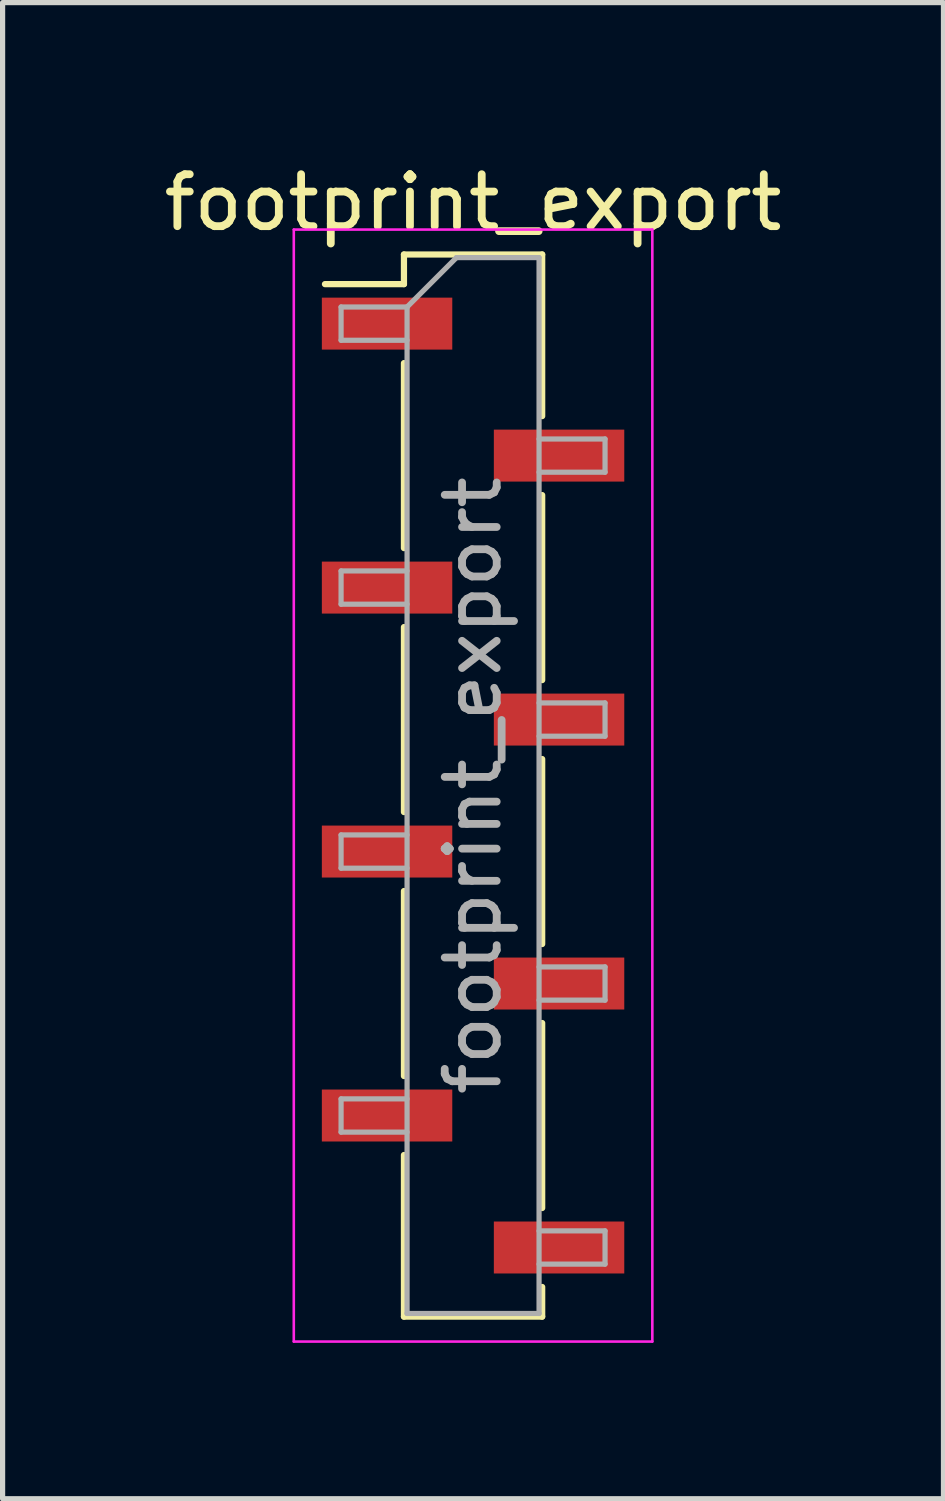
<source format=kicad_pcb>
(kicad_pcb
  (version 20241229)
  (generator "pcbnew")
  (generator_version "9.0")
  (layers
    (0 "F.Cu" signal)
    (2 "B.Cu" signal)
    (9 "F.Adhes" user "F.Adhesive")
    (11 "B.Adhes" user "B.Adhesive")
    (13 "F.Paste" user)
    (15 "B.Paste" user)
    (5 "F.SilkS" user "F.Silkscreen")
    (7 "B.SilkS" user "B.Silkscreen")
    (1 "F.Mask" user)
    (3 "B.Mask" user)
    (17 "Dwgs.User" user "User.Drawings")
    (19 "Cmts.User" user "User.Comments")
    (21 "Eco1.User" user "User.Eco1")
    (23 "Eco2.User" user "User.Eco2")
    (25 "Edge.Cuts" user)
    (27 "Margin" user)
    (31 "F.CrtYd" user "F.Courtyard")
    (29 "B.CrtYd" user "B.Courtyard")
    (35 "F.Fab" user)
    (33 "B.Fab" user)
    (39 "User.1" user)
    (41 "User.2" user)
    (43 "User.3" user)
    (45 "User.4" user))
  (footprint "footprint_export"
    (layer "F.Cu")
    (at 6.054 12.068)
    (property "Reference" "footprint_export" (at 0 -11.22 0) (layer "F.SilkS") (effects (font (size 1 1) (thickness 0.15))))
    (attr smd)
    (fp_line (start -1.33 -10.22) (end -1.33 -9.65) (stroke (width 0.12) (type solid)) (layer "F.SilkS"))
    (fp_line (start -1.33 -10.22) (end 1.33 -10.22) (stroke (width 0.12) (type solid)) (layer "F.SilkS"))
    (fp_line (start -1.33 -9.65) (end -2.85 -9.65) (stroke (width 0.12) (type solid)) (layer "F.SilkS"))
    (fp_line (start -1.33 -8.13) (end -1.33 -4.57) (stroke (width 0.12) (type solid)) (layer "F.SilkS"))
    (fp_line (start -1.33 -3.05) (end -1.33 0.51) (stroke (width 0.12) (type solid)) (layer "F.SilkS"))
    (fp_line (start -1.33 2.03) (end -1.33 5.59) (stroke (width 0.12) (type solid)) (layer "F.SilkS"))
    (fp_line (start -1.33 7.11) (end -1.33 10.22) (stroke (width 0.12) (type solid)) (layer "F.SilkS"))
    (fp_line (start -1.33 10.22) (end 1.33 10.22) (stroke (width 0.12) (type solid)) (layer "F.SilkS"))
    (fp_line (start 1.33 -10.22) (end 1.33 -7.11) (stroke (width 0.12) (type solid)) (layer "F.SilkS"))
    (fp_line (start 1.33 -5.59) (end 1.33 -2.03) (stroke (width 0.12) (type solid)) (layer "F.SilkS"))
    (fp_line (start 1.33 -0.51) (end 1.33 3.05) (stroke (width 0.12) (type solid)) (layer "F.SilkS"))
    (fp_line (start 1.33 4.57) (end 1.33 8.13) (stroke (width 0.12) (type solid)) (layer "F.SilkS"))
    (fp_line (start 1.33 9.65) (end 1.33 10.22) (stroke (width 0.12) (type solid)) (layer "F.SilkS"))
    (fp_line (start -3.45 -10.7) (end -3.45 10.7) (stroke (width 0.05) (type solid)) (layer "F.CrtYd"))
    (fp_line (start -3.45 10.7) (end 3.45 10.7) (stroke (width 0.05) (type solid)) (layer "F.CrtYd"))
    (fp_line (start 3.45 -10.7) (end -3.45 -10.7) (stroke (width 0.05) (type solid)) (layer "F.CrtYd"))
    (fp_line (start 3.45 10.7) (end 3.45 -10.7) (stroke (width 0.05) (type solid)) (layer "F.CrtYd"))
    (fp_line (start -2.54 -9.21) (end -2.54 -8.57) (stroke (width 0.1) (type solid)) (layer "F.Fab"))
    (fp_line (start -2.54 -8.57) (end -1.27 -8.57) (stroke (width 0.1) (type solid)) (layer "F.Fab"))
    (fp_line (start -2.54 -4.13) (end -2.54 -3.49) (stroke (width 0.1) (type solid)) (layer "F.Fab"))
    (fp_line (start -2.54 -3.49) (end -1.27 -3.49) (stroke (width 0.1) (type solid)) (layer "F.Fab"))
    (fp_line (start -2.54 0.95) (end -2.54 1.59) (stroke (width 0.1) (type solid)) (layer "F.Fab"))
    (fp_line (start -2.54 1.59) (end -1.27 1.59) (stroke (width 0.1) (type solid)) (layer "F.Fab"))
    (fp_line (start -2.54 6.03) (end -2.54 6.67) (stroke (width 0.1) (type solid)) (layer "F.Fab"))
    (fp_line (start -2.54 6.67) (end -1.27 6.67) (stroke (width 0.1) (type solid)) (layer "F.Fab"))
    (fp_line (start -1.27 -9.21) (end -2.54 -9.21) (stroke (width 0.1) (type solid)) (layer "F.Fab"))
    (fp_line (start -1.27 -9.21) (end -0.32 -10.16) (stroke (width 0.1) (type solid)) (layer "F.Fab"))
    (fp_line (start -1.27 -4.13) (end -2.54 -4.13) (stroke (width 0.1) (type solid)) (layer "F.Fab"))
    (fp_line (start -1.27 0.95) (end -2.54 0.95) (stroke (width 0.1) (type solid)) (layer "F.Fab"))
    (fp_line (start -1.27 6.03) (end -2.54 6.03) (stroke (width 0.1) (type solid)) (layer "F.Fab"))
    (fp_line (start -1.27 10.16) (end -1.27 -9.21) (stroke (width 0.1) (type solid)) (layer "F.Fab"))
    (fp_line (start -0.32 -10.16) (end 1.27 -10.16) (stroke (width 0.1) (type solid)) (layer "F.Fab"))
    (fp_line (start 1.27 -10.16) (end 1.27 10.16) (stroke (width 0.1) (type solid)) (layer "F.Fab"))
    (fp_line (start 1.27 -6.67) (end 2.54 -6.67) (stroke (width 0.1) (type solid)) (layer "F.Fab"))
    (fp_line (start 1.27 -1.59) (end 2.54 -1.59) (stroke (width 0.1) (type solid)) (layer "F.Fab"))
    (fp_line (start 1.27 3.49) (end 2.54 3.49) (stroke (width 0.1) (type solid)) (layer "F.Fab"))
    (fp_line (start 1.27 8.57) (end 2.54 8.57) (stroke (width 0.1) (type solid)) (layer "F.Fab"))
    (fp_line (start 1.27 10.16) (end -1.27 10.16) (stroke (width 0.1) (type solid)) (layer "F.Fab"))
    (fp_line (start 2.54 -6.67) (end 2.54 -6.03) (stroke (width 0.1) (type solid)) (layer "F.Fab"))
    (fp_line (start 2.54 -6.03) (end 1.27 -6.03) (stroke (width 0.1) (type solid)) (layer "F.Fab"))
    (fp_line (start 2.54 -1.59) (end 2.54 -0.95) (stroke (width 0.1) (type solid)) (layer "F.Fab"))
    (fp_line (start 2.54 -0.95) (end 1.27 -0.95) (stroke (width 0.1) (type solid)) (layer "F.Fab"))
    (fp_line (start 2.54 3.49) (end 2.54 4.13) (stroke (width 0.1) (type solid)) (layer "F.Fab"))
    (fp_line (start 2.54 4.13) (end 1.27 4.13) (stroke (width 0.1) (type solid)) (layer "F.Fab"))
    (fp_line (start 2.54 8.57) (end 2.54 9.21) (stroke (width 0.1) (type solid)) (layer "F.Fab"))
    (fp_line (start 2.54 9.21) (end 1.27 9.21) (stroke (width 0.1) (type solid)) (layer "F.Fab"))
    (fp_text user "${REFERENCE}" (at 0 0 90) (layer "F.Fab") (effects (font (size 1 1) (thickness 0.15))))
    (pad "1" smd rect (at -1.655 -8.89) (size 2.51 1) (layers "F.Cu" "F.Mask" "F.Paste"))
    (pad "2" smd rect (at 1.655 -6.35) (size 2.51 1) (layers "F.Cu" "F.Mask" "F.Paste"))
    (pad "3" smd rect (at -1.655 -3.81) (size 2.51 1) (layers "F.Cu" "F.Mask" "F.Paste"))
    (pad "4" smd rect (at 1.655 -1.27) (size 2.51 1) (layers "F.Cu" "F.Mask" "F.Paste"))
    (pad "5" smd rect (at -1.655 1.27) (size 2.51 1) (layers "F.Cu" "F.Mask" "F.Paste"))
    (pad "6" smd rect (at 1.655 3.81) (size 2.51 1) (layers "F.Cu" "F.Mask" "F.Paste"))
    (pad "7" smd rect (at -1.655 6.35) (size 2.51 1) (layers "F.Cu" "F.Mask" "F.Paste"))
    (pad "8" smd rect (at 1.655 8.89) (size 2.51 1) (layers "F.Cu" "F.Mask" "F.Paste")))
  (gr_rect
    (start -3 -3)
    (end 15.107 25.793)
    (stroke (width 0.1) (type default))
    (fill no)
    (layer "Edge.Cuts")))
</source>
